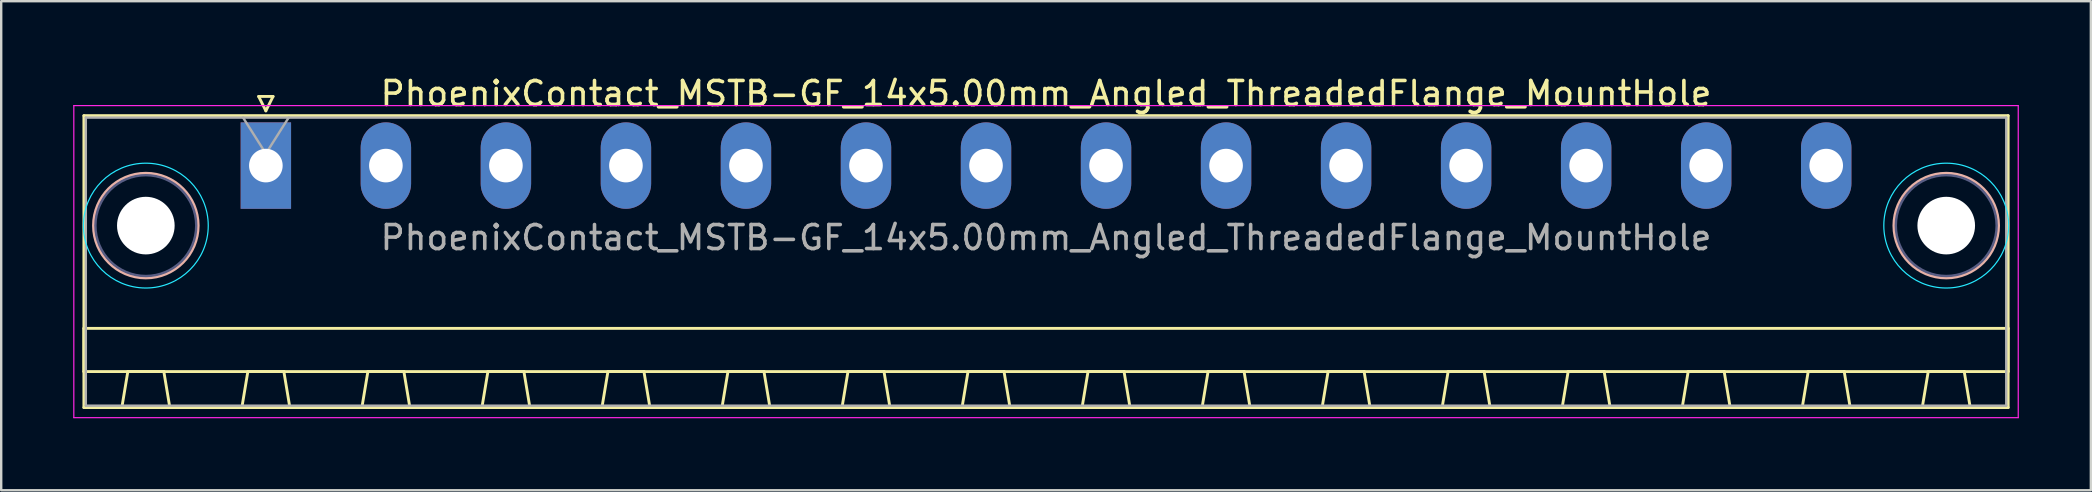
<source format=kicad_pcb>
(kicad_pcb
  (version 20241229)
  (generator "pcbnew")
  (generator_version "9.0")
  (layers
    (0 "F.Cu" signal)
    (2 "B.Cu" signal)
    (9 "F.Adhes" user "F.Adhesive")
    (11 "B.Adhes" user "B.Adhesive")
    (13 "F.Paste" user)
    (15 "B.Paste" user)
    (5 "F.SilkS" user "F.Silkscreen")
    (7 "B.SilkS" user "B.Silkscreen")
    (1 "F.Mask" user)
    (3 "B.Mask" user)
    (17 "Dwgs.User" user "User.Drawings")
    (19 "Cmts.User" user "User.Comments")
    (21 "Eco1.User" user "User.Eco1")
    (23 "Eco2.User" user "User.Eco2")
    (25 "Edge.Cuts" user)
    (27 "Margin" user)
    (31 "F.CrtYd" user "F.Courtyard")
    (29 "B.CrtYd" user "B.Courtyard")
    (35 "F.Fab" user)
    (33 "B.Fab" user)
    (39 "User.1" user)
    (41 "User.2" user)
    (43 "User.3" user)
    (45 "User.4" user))
  (footprint "PhoenixContact_MSTB-GF_14x5.00mm_Angled_ThreadedFlange_MountHole"
    (layer "F.Cu")
    (at 8.025 3.848)
    (property "Reference" "PhoenixContact_MSTB-GF_14x5.00mm_Angled_ThreadedFlange_MountHole" (at 32.5 -3 0) (layer "F.SilkS") (effects (font (size 1 1) (thickness 0.15))))
    (attr through_hole)
    (fp_line (start -7.58 -2.08) (end -7.58 10.08) (stroke (width 0.12) (type solid)) (layer "F.SilkS"))
    (fp_line (start -7.58 6.78) (end 72.58 6.78) (stroke (width 0.12) (type solid)) (layer "F.SilkS"))
    (fp_line (start -7.58 8.58) (end -7.58 6.78) (stroke (width 0.12) (type solid)) (layer "F.SilkS"))
    (fp_line (start -7.58 10.08) (end 72.58 10.08) (stroke (width 0.12) (type solid)) (layer "F.SilkS"))
    (fp_line (start -6 10.08) (end -4 10.08) (stroke (width 0.12) (type solid)) (layer "F.SilkS"))
    (fp_line (start -5.75 8.58) (end -6 10.08) (stroke (width 0.12) (type solid)) (layer "F.SilkS"))
    (fp_line (start -4.25 8.58) (end -5.75 8.58) (stroke (width 0.12) (type solid)) (layer "F.SilkS"))
    (fp_line (start -4 10.08) (end -4.25 8.58) (stroke (width 0.12) (type solid)) (layer "F.SilkS"))
    (fp_line (start -1 10.08) (end 1 10.08) (stroke (width 0.12) (type solid)) (layer "F.SilkS"))
    (fp_line (start -0.75 8.58) (end -1 10.08) (stroke (width 0.12) (type solid)) (layer "F.SilkS"))
    (fp_line (start -0.3 -2.88) (end 0.3 -2.88) (stroke (width 0.12) (type solid)) (layer "F.SilkS"))
    (fp_line (start 0 -2.28) (end -0.3 -2.88) (stroke (width 0.12) (type solid)) (layer "F.SilkS"))
    (fp_line (start 0.3 -2.88) (end 0 -2.28) (stroke (width 0.12) (type solid)) (layer "F.SilkS"))
    (fp_line (start 0.75 8.58) (end -0.75 8.58) (stroke (width 0.12) (type solid)) (layer "F.SilkS"))
    (fp_line (start 1 10.08) (end 0.75 8.58) (stroke (width 0.12) (type solid)) (layer "F.SilkS"))
    (fp_line (start 4 10.08) (end 6 10.08) (stroke (width 0.12) (type solid)) (layer "F.SilkS"))
    (fp_line (start 4.25 8.58) (end 4 10.08) (stroke (width 0.12) (type solid)) (layer "F.SilkS"))
    (fp_line (start 5.75 8.58) (end 4.25 8.58) (stroke (width 0.12) (type solid)) (layer "F.SilkS"))
    (fp_line (start 6 10.08) (end 5.75 8.58) (stroke (width 0.12) (type solid)) (layer "F.SilkS"))
    (fp_line (start 9 10.08) (end 11 10.08) (stroke (width 0.12) (type solid)) (layer "F.SilkS"))
    (fp_line (start 9.25 8.58) (end 9 10.08) (stroke (width 0.12) (type solid)) (layer "F.SilkS"))
    (fp_line (start 10.75 8.58) (end 9.25 8.58) (stroke (width 0.12) (type solid)) (layer "F.SilkS"))
    (fp_line (start 11 10.08) (end 10.75 8.58) (stroke (width 0.12) (type solid)) (layer "F.SilkS"))
    (fp_line (start 14 10.08) (end 16 10.08) (stroke (width 0.12) (type solid)) (layer "F.SilkS"))
    (fp_line (start 14.25 8.58) (end 14 10.08) (stroke (width 0.12) (type solid)) (layer "F.SilkS"))
    (fp_line (start 15.75 8.58) (end 14.25 8.58) (stroke (width 0.12) (type solid)) (layer "F.SilkS"))
    (fp_line (start 16 10.08) (end 15.75 8.58) (stroke (width 0.12) (type solid)) (layer "F.SilkS"))
    (fp_line (start 19 10.08) (end 21 10.08) (stroke (width 0.12) (type solid)) (layer "F.SilkS"))
    (fp_line (start 19.25 8.58) (end 19 10.08) (stroke (width 0.12) (type solid)) (layer "F.SilkS"))
    (fp_line (start 20.75 8.58) (end 19.25 8.58) (stroke (width 0.12) (type solid)) (layer "F.SilkS"))
    (fp_line (start 21 10.08) (end 20.75 8.58) (stroke (width 0.12) (type solid)) (layer "F.SilkS"))
    (fp_line (start 24 10.08) (end 26 10.08) (stroke (width 0.12) (type solid)) (layer "F.SilkS"))
    (fp_line (start 24.25 8.58) (end 24 10.08) (stroke (width 0.12) (type solid)) (layer "F.SilkS"))
    (fp_line (start 25.75 8.58) (end 24.25 8.58) (stroke (width 0.12) (type solid)) (layer "F.SilkS"))
    (fp_line (start 26 10.08) (end 25.75 8.58) (stroke (width 0.12) (type solid)) (layer "F.SilkS"))
    (fp_line (start 29 10.08) (end 31 10.08) (stroke (width 0.12) (type solid)) (layer "F.SilkS"))
    (fp_line (start 29.25 8.58) (end 29 10.08) (stroke (width 0.12) (type solid)) (layer "F.SilkS"))
    (fp_line (start 30.75 8.58) (end 29.25 8.58) (stroke (width 0.12) (type solid)) (layer "F.SilkS"))
    (fp_line (start 31 10.08) (end 30.75 8.58) (stroke (width 0.12) (type solid)) (layer "F.SilkS"))
    (fp_line (start 34 10.08) (end 36 10.08) (stroke (width 0.12) (type solid)) (layer "F.SilkS"))
    (fp_line (start 34.25 8.58) (end 34 10.08) (stroke (width 0.12) (type solid)) (layer "F.SilkS"))
    (fp_line (start 35.75 8.58) (end 34.25 8.58) (stroke (width 0.12) (type solid)) (layer "F.SilkS"))
    (fp_line (start 36 10.08) (end 35.75 8.58) (stroke (width 0.12) (type solid)) (layer "F.SilkS"))
    (fp_line (start 39 10.08) (end 41 10.08) (stroke (width 0.12) (type solid)) (layer "F.SilkS"))
    (fp_line (start 39.25 8.58) (end 39 10.08) (stroke (width 0.12) (type solid)) (layer "F.SilkS"))
    (fp_line (start 40.75 8.58) (end 39.25 8.58) (stroke (width 0.12) (type solid)) (layer "F.SilkS"))
    (fp_line (start 41 10.08) (end 40.75 8.58) (stroke (width 0.12) (type solid)) (layer "F.SilkS"))
    (fp_line (start 44 10.08) (end 46 10.08) (stroke (width 0.12) (type solid)) (layer "F.SilkS"))
    (fp_line (start 44.25 8.58) (end 44 10.08) (stroke (width 0.12) (type solid)) (layer "F.SilkS"))
    (fp_line (start 45.75 8.58) (end 44.25 8.58) (stroke (width 0.12) (type solid)) (layer "F.SilkS"))
    (fp_line (start 46 10.08) (end 45.75 8.58) (stroke (width 0.12) (type solid)) (layer "F.SilkS"))
    (fp_line (start 49 10.08) (end 51 10.08) (stroke (width 0.12) (type solid)) (layer "F.SilkS"))
    (fp_line (start 49.25 8.58) (end 49 10.08) (stroke (width 0.12) (type solid)) (layer "F.SilkS"))
    (fp_line (start 50.75 8.58) (end 49.25 8.58) (stroke (width 0.12) (type solid)) (layer "F.SilkS"))
    (fp_line (start 51 10.08) (end 50.75 8.58) (stroke (width 0.12) (type solid)) (layer "F.SilkS"))
    (fp_line (start 54 10.08) (end 56 10.08) (stroke (width 0.12) (type solid)) (layer "F.SilkS"))
    (fp_line (start 54.25 8.58) (end 54 10.08) (stroke (width 0.12) (type solid)) (layer "F.SilkS"))
    (fp_line (start 55.75 8.58) (end 54.25 8.58) (stroke (width 0.12) (type solid)) (layer "F.SilkS"))
    (fp_line (start 56 10.08) (end 55.75 8.58) (stroke (width 0.12) (type solid)) (layer "F.SilkS"))
    (fp_line (start 59 10.08) (end 61 10.08) (stroke (width 0.12) (type solid)) (layer "F.SilkS"))
    (fp_line (start 59.25 8.58) (end 59 10.08) (stroke (width 0.12) (type solid)) (layer "F.SilkS"))
    (fp_line (start 60.75 8.58) (end 59.25 8.58) (stroke (width 0.12) (type solid)) (layer "F.SilkS"))
    (fp_line (start 61 10.08) (end 60.75 8.58) (stroke (width 0.12) (type solid)) (layer "F.SilkS"))
    (fp_line (start 64 10.08) (end 66 10.08) (stroke (width 0.12) (type solid)) (layer "F.SilkS"))
    (fp_line (start 64.25 8.58) (end 64 10.08) (stroke (width 0.12) (type solid)) (layer "F.SilkS"))
    (fp_line (start 65.75 8.58) (end 64.25 8.58) (stroke (width 0.12) (type solid)) (layer "F.SilkS"))
    (fp_line (start 66 10.08) (end 65.75 8.58) (stroke (width 0.12) (type solid)) (layer "F.SilkS"))
    (fp_line (start 69 10.08) (end 71 10.08) (stroke (width 0.12) (type solid)) (layer "F.SilkS"))
    (fp_line (start 69.25 8.58) (end 69 10.08) (stroke (width 0.12) (type solid)) (layer "F.SilkS"))
    (fp_line (start 70.75 8.58) (end 69.25 8.58) (stroke (width 0.12) (type solid)) (layer "F.SilkS"))
    (fp_line (start 71 10.08) (end 70.75 8.58) (stroke (width 0.12) (type solid)) (layer "F.SilkS"))
    (fp_line (start 72.58 -2.08) (end -7.58 -2.08) (stroke (width 0.12) (type solid)) (layer "F.SilkS"))
    (fp_line (start 72.58 6.78) (end 72.58 8.58) (stroke (width 0.12) (type solid)) (layer "F.SilkS"))
    (fp_line (start 72.58 8.58) (end -7.58 8.58) (stroke (width 0.12) (type solid)) (layer "F.SilkS"))
    (fp_line (start 72.58 10.08) (end 72.58 -2.08) (stroke (width 0.12) (type solid)) (layer "F.SilkS"))
    (fp_circle (center -5 2.5) (end -2.82 2.5) (stroke (width 0.12) (type solid)) (fill no) (layer "B.SilkS"))
    (fp_circle (center 70 2.5) (end 72.18 2.5) (stroke (width 0.12) (type solid)) (fill no) (layer "B.SilkS"))
    (fp_circle (center -5 2.5) (end -2.4 2.5) (stroke (width 0.05) (type solid)) (fill no) (layer "B.CrtYd"))
    (fp_circle (center 70 2.5) (end 72.6 2.5) (stroke (width 0.05) (type solid)) (fill no) (layer "B.CrtYd"))
    (fp_line (start -8 -2.5) (end -8 10.5) (stroke (width 0.05) (type solid)) (layer "F.CrtYd"))
    (fp_line (start -8 10.5) (end 73 10.5) (stroke (width 0.05) (type solid)) (layer "F.CrtYd"))
    (fp_line (start 73 -2.5) (end -8 -2.5) (stroke (width 0.05) (type solid)) (layer "F.CrtYd"))
    (fp_line (start 73 10.5) (end 73 -2.5) (stroke (width 0.05) (type solid)) (layer "F.CrtYd"))
    (fp_circle (center -5 2.5) (end -2.9 2.5) (stroke (width 0.1) (type solid)) (fill no) (layer "B.Fab"))
    (fp_circle (center 70 2.5) (end 72.1 2.5) (stroke (width 0.1) (type solid)) (fill no) (layer "B.Fab"))
    (fp_line (start -7.5 -2) (end -7.5 10) (stroke (width 0.1) (type solid)) (layer "F.Fab"))
    (fp_line (start -7.5 10) (end 72.5 10) (stroke (width 0.1) (type solid)) (layer "F.Fab"))
    (fp_line (start 0 -0.5) (end -0.95 -2) (stroke (width 0.1) (type solid)) (layer "F.Fab"))
    (fp_line (start 0.95 -2) (end 0 -0.5) (stroke (width 0.1) (type solid)) (layer "F.Fab"))
    (fp_line (start 72.5 -2) (end -7.5 -2) (stroke (width 0.1) (type solid)) (layer "F.Fab"))
    (fp_line (start 72.5 10) (end 72.5 -2) (stroke (width 0.1) (type solid)) (layer "F.Fab"))
    (fp_text user "${REFERENCE}" (at 32.5 3 0) (layer "F.Fab") (effects (font (size 1 1) (thickness 0.15))))
    (pad "" np_thru_hole circle (at -5 2.5) (size 2.4 2.4) (drill 2.4) (layers "*.Cu" "*.Mask"))
    (pad "" np_thru_hole circle (at 70 2.5) (size 2.4 2.4) (drill 2.4) (layers "*.Cu" "*.Mask"))
    (pad "1" thru_hole rect (at 0 0) (size 2.1 3.6) (drill 1.4) (layers "*.Cu" "*.Mask"))
    (pad "2" thru_hole oval (at 5 0) (size 2.1 3.6) (drill 1.4) (layers "*.Cu" "*.Mask"))
    (pad "3" thru_hole oval (at 10 0) (size 2.1 3.6) (drill 1.4) (layers "*.Cu" "*.Mask"))
    (pad "4" thru_hole oval (at 15 0) (size 2.1 3.6) (drill 1.4) (layers "*.Cu" "*.Mask"))
    (pad "5" thru_hole oval (at 20 0) (size 2.1 3.6) (drill 1.4) (layers "*.Cu" "*.Mask"))
    (pad "6" thru_hole oval (at 25 0) (size 2.1 3.6) (drill 1.4) (layers "*.Cu" "*.Mask"))
    (pad "7" thru_hole oval (at 30 0) (size 2.1 3.6) (drill 1.4) (layers "*.Cu" "*.Mask"))
    (pad "8" thru_hole oval (at 35 0) (size 2.1 3.6) (drill 1.4) (layers "*.Cu" "*.Mask"))
    (pad "9" thru_hole oval (at 40 0) (size 2.1 3.6) (drill 1.4) (layers "*.Cu" "*.Mask"))
    (pad "10" thru_hole oval (at 45 0) (size 2.1 3.6) (drill 1.4) (layers "*.Cu" "*.Mask"))
    (pad "11" thru_hole oval (at 50 0) (size 2.1 3.6) (drill 1.4) (layers "*.Cu" "*.Mask"))
    (pad "12" thru_hole oval (at 55 0) (size 2.1 3.6) (drill 1.4) (layers "*.Cu" "*.Mask"))
    (pad "13" thru_hole oval (at 60 0) (size 2.1 3.6) (drill 1.4) (layers "*.Cu" "*.Mask"))
    (pad "14" thru_hole oval (at 65 0) (size 2.1 3.6) (drill 1.4) (layers "*.Cu" "*.Mask")))
  (gr_rect
    (start -3 -3)
    (end 84.05 17.373)
    (stroke (width 0.1) (type default))
    (fill no)
    (layer "Edge.Cuts")))
</source>
